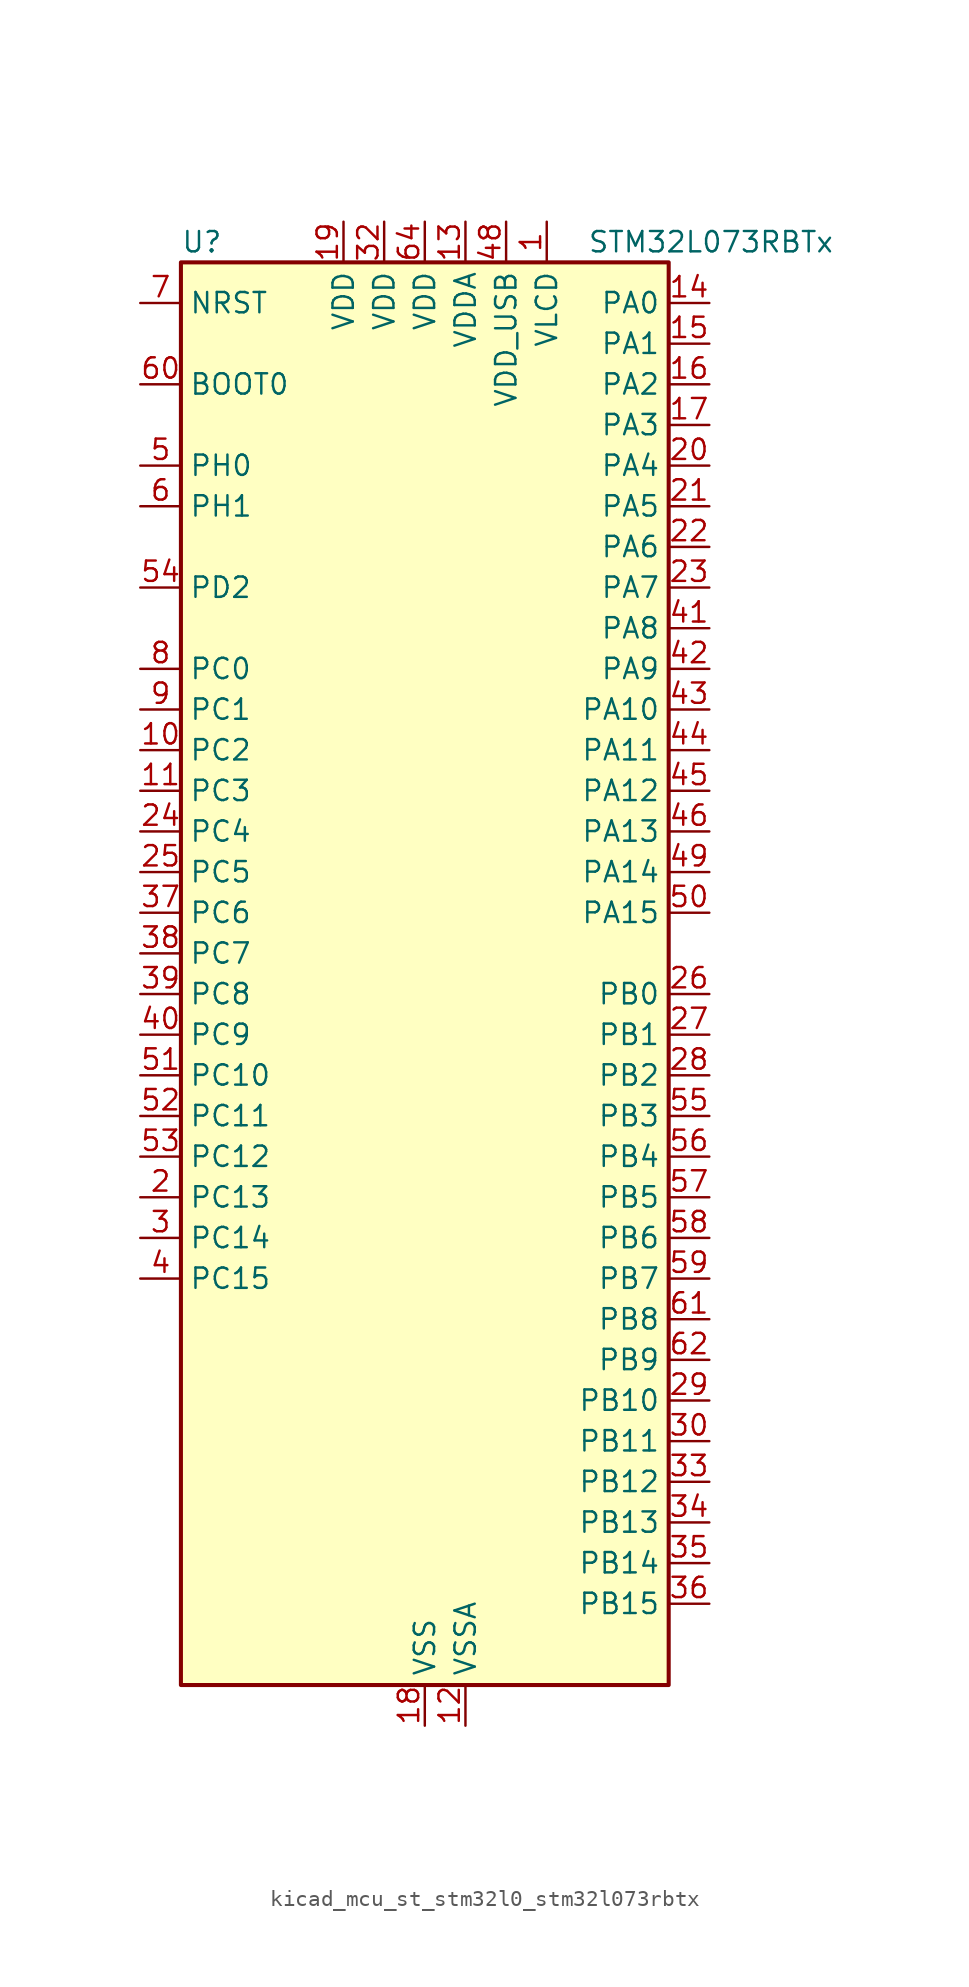
<source format=kicad_sym>
(kicad_symbol_lib
  (version 20220914)
  (generator kicad_symbol_editor)
  (symbol "kicad_mcu_st_stm32l0_stm32l073rbtx"
    (property "Reference" "U"
      (at -15.24 46.99 0)
      (effects (font (size 1.27 1.27)) (justify left)))
    (property "Value" "STM32L073RBTx"
      (at 10.16 46.99 0)
      (effects (font (size 1.27 1.27)) (justify left)))
    (property "ki_locked" ""
      (at 0 0 0)
      (effects (font (size 1.27 1.27))))
    (symbol "kicad_mcu_st_stm32l0_stm32l073rbtx_0_1"
      (rectangle (start -15.24 -43.18) (end 15.24 45.72) (stroke (width 0.254) (type default)) (fill (type background))))
    (symbol "kicad_mcu_st_stm32l0_stm32l073rbtx_1_1"
      (pin power_in line (at 7.62 48.26 270) (length 2.54) (name "VLCD" (effects (font (size 1.27 1.27)))) (number "1" (effects (font (size 1.27 1.27)))))
      (pin bidirectional line (at -17.78 15.24 0) (length 2.54) (name "PC2" (effects (font (size 1.27 1.27)))) (number "10" (effects (font (size 1.27 1.27)))) (alternate "ADC_IN12" bidirectional line) (alternate "I2S2_MCK" bidirectional line) (alternate "LCD_SEG20" bidirectional line) (alternate "LPTIM1_IN2" bidirectional line) (alternate "SPI2_MISO" bidirectional line) (alternate "TSC_G7_IO3" bidirectional line))
      (pin bidirectional line (at -17.78 12.7 0) (length 2.54) (name "PC3" (effects (font (size 1.27 1.27)))) (number "11" (effects (font (size 1.27 1.27)))) (alternate "ADC_IN13" bidirectional line) (alternate "I2S2_SD" bidirectional line) (alternate "LCD_SEG21" bidirectional line) (alternate "LPTIM1_ETR" bidirectional line) (alternate "SPI2_MOSI" bidirectional line) (alternate "TSC_G7_IO4" bidirectional line))
      (pin power_in line (at 2.54 -45.72 90) (length 2.54) (name "VSSA" (effects (font (size 1.27 1.27)))) (number "12" (effects (font (size 1.27 1.27)))))
      (pin power_in line (at 2.54 48.26 270) (length 2.54) (name "VDDA" (effects (font (size 1.27 1.27)))) (number "13" (effects (font (size 1.27 1.27)))))
      (pin bidirectional line (at 17.78 43.18 180) (length 2.54) (name "PA0" (effects (font (size 1.27 1.27)))) (number "14" (effects (font (size 1.27 1.27)))) (alternate "ADC_IN0" bidirectional line) (alternate "COMP1_INM" bidirectional line) (alternate "COMP1_OUT" bidirectional line) (alternate "RTC_TAMP2" bidirectional line) (alternate "SYS_WKUP1" bidirectional line) (alternate "TIM2_CH1" bidirectional line) (alternate "TIM2_ETR" bidirectional line) (alternate "TSC_G1_IO1" bidirectional line) (alternate "USART2_CTS" bidirectional line) (alternate "USART4_TX" bidirectional line))
      (pin bidirectional line (at 17.78 40.64 180) (length 2.54) (name "PA1" (effects (font (size 1.27 1.27)))) (number "15" (effects (font (size 1.27 1.27)))) (alternate "ADC_IN1" bidirectional line) (alternate "COMP1_INP" bidirectional line) (alternate "LCD_SEG0" bidirectional line) (alternate "TIM21_ETR" bidirectional line) (alternate "TIM2_CH2" bidirectional line) (alternate "TSC_G1_IO2" bidirectional line) (alternate "USART2_DE" bidirectional line) (alternate "USART2_RTS" bidirectional line) (alternate "USART4_RX" bidirectional line))
      (pin bidirectional line (at 17.78 38.1 180) (length 2.54) (name "PA2" (effects (font (size 1.27 1.27)))) (number "16" (effects (font (size 1.27 1.27)))) (alternate "ADC_IN2" bidirectional line) (alternate "COMP2_INM" bidirectional line) (alternate "COMP2_OUT" bidirectional line) (alternate "LCD_SEG1" bidirectional line) (alternate "LPUART1_TX" bidirectional line) (alternate "TIM21_CH1" bidirectional line) (alternate "TIM2_CH3" bidirectional line) (alternate "TSC_G1_IO3" bidirectional line) (alternate "USART2_TX" bidirectional line))
      (pin bidirectional line (at 17.78 35.56 180) (length 2.54) (name "PA3" (effects (font (size 1.27 1.27)))) (number "17" (effects (font (size 1.27 1.27)))) (alternate "ADC_IN3" bidirectional line) (alternate "COMP2_INP" bidirectional line) (alternate "LCD_SEG2" bidirectional line) (alternate "LPUART1_RX" bidirectional line) (alternate "TIM21_CH2" bidirectional line) (alternate "TIM2_CH4" bidirectional line) (alternate "TSC_G1_IO4" bidirectional line) (alternate "USART2_RX" bidirectional line))
      (pin power_in line (at 0 -45.72 90) (length 2.54) (name "VSS" (effects (font (size 1.27 1.27)))) (number "18" (effects (font (size 1.27 1.27)))))
      (pin power_in line (at -5.08 48.26 270) (length 2.54) (name "VDD" (effects (font (size 1.27 1.27)))) (number "19" (effects (font (size 1.27 1.27)))))
      (pin bidirectional line (at -17.78 -12.7 0) (length 2.54) (name "PC13" (effects (font (size 1.27 1.27)))) (number "2" (effects (font (size 1.27 1.27)))) (alternate "RTC_OUT_ALARM" bidirectional line) (alternate "RTC_OUT_CALIB" bidirectional line) (alternate "RTC_TAMP1" bidirectional line) (alternate "RTC_TS" bidirectional line) (alternate "SYS_WKUP2" bidirectional line))
      (pin bidirectional line (at 17.78 33.02 180) (length 2.54) (name "PA4" (effects (font (size 1.27 1.27)))) (number "20" (effects (font (size 1.27 1.27)))) (alternate "ADC_IN4" bidirectional line) (alternate "COMP1_INM" bidirectional line) (alternate "COMP2_INM" bidirectional line) (alternate "DAC_OUT1" bidirectional line) (alternate "SPI1_NSS" bidirectional line) (alternate "TIM22_ETR" bidirectional line) (alternate "TSC_G2_IO1" bidirectional line) (alternate "USART2_CK" bidirectional line))
      (pin bidirectional line (at 17.78 30.48 180) (length 2.54) (name "PA5" (effects (font (size 1.27 1.27)))) (number "21" (effects (font (size 1.27 1.27)))) (alternate "ADC_IN5" bidirectional line) (alternate "COMP1_INM" bidirectional line) (alternate "COMP2_INM" bidirectional line) (alternate "DAC_OUT2" bidirectional line) (alternate "SPI1_SCK" bidirectional line) (alternate "TIM2_CH1" bidirectional line) (alternate "TIM2_ETR" bidirectional line) (alternate "TSC_G2_IO2" bidirectional line))
      (pin bidirectional line (at 17.78 27.94 180) (length 2.54) (name "PA6" (effects (font (size 1.27 1.27)))) (number "22" (effects (font (size 1.27 1.27)))) (alternate "ADC_IN6" bidirectional line) (alternate "COMP1_OUT" bidirectional line) (alternate "LCD_SEG3" bidirectional line) (alternate "LPUART1_CTS" bidirectional line) (alternate "SPI1_MISO" bidirectional line) (alternate "TIM22_CH1" bidirectional line) (alternate "TIM3_CH1" bidirectional line) (alternate "TSC_G2_IO3" bidirectional line))
      (pin bidirectional line (at 17.78 25.4 180) (length 2.54) (name "PA7" (effects (font (size 1.27 1.27)))) (number "23" (effects (font (size 1.27 1.27)))) (alternate "ADC_IN7" bidirectional line) (alternate "COMP2_OUT" bidirectional line) (alternate "LCD_SEG4" bidirectional line) (alternate "SPI1_MOSI" bidirectional line) (alternate "TIM22_CH2" bidirectional line) (alternate "TIM3_CH2" bidirectional line) (alternate "TSC_G2_IO4" bidirectional line))
      (pin bidirectional line (at -17.78 10.16 0) (length 2.54) (name "PC4" (effects (font (size 1.27 1.27)))) (number "24" (effects (font (size 1.27 1.27)))) (alternate "ADC_IN14" bidirectional line) (alternate "LCD_SEG22" bidirectional line) (alternate "LPUART1_TX" bidirectional line))
      (pin bidirectional line (at -17.78 7.62 0) (length 2.54) (name "PC5" (effects (font (size 1.27 1.27)))) (number "25" (effects (font (size 1.27 1.27)))) (alternate "ADC_IN15" bidirectional line) (alternate "LCD_SEG23" bidirectional line) (alternate "LPUART1_RX" bidirectional line) (alternate "TSC_G3_IO1" bidirectional line))
      (pin bidirectional line (at 17.78 0 180) (length 2.54) (name "PB0" (effects (font (size 1.27 1.27)))) (number "26" (effects (font (size 1.27 1.27)))) (alternate "ADC_IN8" bidirectional line) (alternate "LCD_SEG5" bidirectional line) (alternate "LCD_VLCD3" bidirectional line) (alternate "SYS_VREF_OUT_PB0" bidirectional line) (alternate "TIM3_CH3" bidirectional line) (alternate "TSC_G3_IO2" bidirectional line))
      (pin bidirectional line (at 17.78 -2.54 180) (length 2.54) (name "PB1" (effects (font (size 1.27 1.27)))) (number "27" (effects (font (size 1.27 1.27)))) (alternate "ADC_IN9" bidirectional line) (alternate "LCD_SEG6" bidirectional line) (alternate "LPUART1_DE" bidirectional line) (alternate "LPUART1_RTS" bidirectional line) (alternate "SYS_VREF_OUT_PB1" bidirectional line) (alternate "TIM3_CH4" bidirectional line) (alternate "TSC_G3_IO3" bidirectional line))
      (pin bidirectional line (at 17.78 -5.08 180) (length 2.54) (name "PB2" (effects (font (size 1.27 1.27)))) (number "28" (effects (font (size 1.27 1.27)))) (alternate "I2C3_SMBA" bidirectional line) (alternate "LCD_VLCD2" bidirectional line) (alternate "LPTIM1_OUT" bidirectional line) (alternate "TSC_G3_IO4" bidirectional line))
      (pin bidirectional line (at 17.78 -25.4 180) (length 2.54) (name "PB10" (effects (font (size 1.27 1.27)))) (number "29" (effects (font (size 1.27 1.27)))) (alternate "I2C2_SCL" bidirectional line) (alternate "LCD_SEG10" bidirectional line) (alternate "LPUART1_RX" bidirectional line) (alternate "LPUART1_TX" bidirectional line) (alternate "SPI2_SCK" bidirectional line) (alternate "TIM2_CH3" bidirectional line) (alternate "TSC_SYNC" bidirectional line))
      (pin bidirectional line (at -17.78 -15.24 0) (length 2.54) (name "PC14" (effects (font (size 1.27 1.27)))) (number "3" (effects (font (size 1.27 1.27)))) (alternate "RCC_OSC32_IN" bidirectional line))
      (pin bidirectional line (at 17.78 -27.94 180) (length 2.54) (name "PB11" (effects (font (size 1.27 1.27)))) (number "30" (effects (font (size 1.27 1.27)))) (alternate "ADC_EXTI11" bidirectional line) (alternate "I2C2_SDA" bidirectional line) (alternate "LCD_SEG11" bidirectional line) (alternate "LPUART1_RX" bidirectional line) (alternate "LPUART1_TX" bidirectional line) (alternate "TIM2_CH4" bidirectional line) (alternate "TSC_G6_IO1" bidirectional line))
      (pin passive line (at 0 -45.72 90) (length 2.54) hide (name "VSS" (effects (font (size 1.27 1.27)))) (number "31" (effects (font (size 1.27 1.27)))))
      (pin power_in line (at -2.54 48.26 270) (length 2.54) (name "VDD" (effects (font (size 1.27 1.27)))) (number "32" (effects (font (size 1.27 1.27)))))
      (pin bidirectional line (at 17.78 -30.48 180) (length 2.54) (name "PB12" (effects (font (size 1.27 1.27)))) (number "33" (effects (font (size 1.27 1.27)))) (alternate "I2S2_WS" bidirectional line) (alternate "LCD_SEG12" bidirectional line) (alternate "LCD_VLCD2" bidirectional line) (alternate "LPUART1_DE" bidirectional line) (alternate "LPUART1_RTS" bidirectional line) (alternate "SPI2_NSS" bidirectional line) (alternate "TSC_G6_IO2" bidirectional line))
      (pin bidirectional line (at 17.78 -33.02 180) (length 2.54) (name "PB13" (effects (font (size 1.27 1.27)))) (number "34" (effects (font (size 1.27 1.27)))) (alternate "I2C2_SCL" bidirectional line) (alternate "I2S2_CK" bidirectional line) (alternate "LCD_SEG13" bidirectional line) (alternate "LPUART1_CTS" bidirectional line) (alternate "RCC_MCO" bidirectional line) (alternate "SPI2_SCK" bidirectional line) (alternate "TIM21_CH1" bidirectional line) (alternate "TSC_G6_IO3" bidirectional line))
      (pin bidirectional line (at 17.78 -35.56 180) (length 2.54) (name "PB14" (effects (font (size 1.27 1.27)))) (number "35" (effects (font (size 1.27 1.27)))) (alternate "I2C2_SDA" bidirectional line) (alternate "I2S2_MCK" bidirectional line) (alternate "LCD_SEG14" bidirectional line) (alternate "LPUART1_DE" bidirectional line) (alternate "LPUART1_RTS" bidirectional line) (alternate "RTC_OUT_ALARM" bidirectional line) (alternate "RTC_OUT_CALIB" bidirectional line) (alternate "SPI2_MISO" bidirectional line) (alternate "TIM21_CH2" bidirectional line) (alternate "TSC_G6_IO4" bidirectional line))
      (pin bidirectional line (at 17.78 -38.1 180) (length 2.54) (name "PB15" (effects (font (size 1.27 1.27)))) (number "36" (effects (font (size 1.27 1.27)))) (alternate "I2S2_SD" bidirectional line) (alternate "LCD_SEG15" bidirectional line) (alternate "RTC_REFIN" bidirectional line) (alternate "SPI2_MOSI" bidirectional line))
      (pin bidirectional line (at -17.78 5.08 0) (length 2.54) (name "PC6" (effects (font (size 1.27 1.27)))) (number "37" (effects (font (size 1.27 1.27)))) (alternate "LCD_SEG24" bidirectional line) (alternate "TIM22_CH1" bidirectional line) (alternate "TIM3_CH1" bidirectional line) (alternate "TSC_G8_IO1" bidirectional line))
      (pin bidirectional line (at -17.78 2.54 0) (length 2.54) (name "PC7" (effects (font (size 1.27 1.27)))) (number "38" (effects (font (size 1.27 1.27)))) (alternate "LCD_SEG25" bidirectional line) (alternate "TIM22_CH2" bidirectional line) (alternate "TIM3_CH2" bidirectional line) (alternate "TSC_G8_IO2" bidirectional line))
      (pin bidirectional line (at -17.78 0 0) (length 2.54) (name "PC8" (effects (font (size 1.27 1.27)))) (number "39" (effects (font (size 1.27 1.27)))) (alternate "LCD_SEG26" bidirectional line) (alternate "TIM22_ETR" bidirectional line) (alternate "TIM3_CH3" bidirectional line) (alternate "TSC_G8_IO3" bidirectional line))
      (pin bidirectional line (at -17.78 -17.78 0) (length 2.54) (name "PC15" (effects (font (size 1.27 1.27)))) (number "4" (effects (font (size 1.27 1.27)))) (alternate "RCC_OSC32_OUT" bidirectional line))
      (pin bidirectional line (at -17.78 -2.54 0) (length 2.54) (name "PC9" (effects (font (size 1.27 1.27)))) (number "40" (effects (font (size 1.27 1.27)))) (alternate "DAC_EXTI9" bidirectional line) (alternate "I2C3_SDA" bidirectional line) (alternate "LCD_SEG27" bidirectional line) (alternate "TIM21_ETR" bidirectional line) (alternate "TIM3_CH4" bidirectional line) (alternate "TSC_G8_IO4" bidirectional line) (alternate "USB_NOE" bidirectional line))
      (pin bidirectional line (at 17.78 22.86 180) (length 2.54) (name "PA8" (effects (font (size 1.27 1.27)))) (number "41" (effects (font (size 1.27 1.27)))) (alternate "CRS_SYNC" bidirectional line) (alternate "I2C3_SCL" bidirectional line) (alternate "LCD_COM0" bidirectional line) (alternate "RCC_MCO" bidirectional line) (alternate "USART1_CK" bidirectional line))
      (pin bidirectional line (at 17.78 20.32 180) (length 2.54) (name "PA9" (effects (font (size 1.27 1.27)))) (number "42" (effects (font (size 1.27 1.27)))) (alternate "DAC_EXTI9" bidirectional line) (alternate "I2C1_SCL" bidirectional line) (alternate "I2C3_SMBA" bidirectional line) (alternate "LCD_COM1" bidirectional line) (alternate "RCC_MCO" bidirectional line) (alternate "TSC_G4_IO1" bidirectional line) (alternate "USART1_TX" bidirectional line))
      (pin bidirectional line (at 17.78 17.78 180) (length 2.54) (name "PA10" (effects (font (size 1.27 1.27)))) (number "43" (effects (font (size 1.27 1.27)))) (alternate "I2C1_SDA" bidirectional line) (alternate "LCD_COM2" bidirectional line) (alternate "TSC_G4_IO2" bidirectional line) (alternate "USART1_RX" bidirectional line))
      (pin bidirectional line (at 17.78 15.24 180) (length 2.54) (name "PA11" (effects (font (size 1.27 1.27)))) (number "44" (effects (font (size 1.27 1.27)))) (alternate "ADC_EXTI11" bidirectional line) (alternate "COMP1_OUT" bidirectional line) (alternate "SPI1_MISO" bidirectional line) (alternate "TSC_G4_IO3" bidirectional line) (alternate "USART1_CTS" bidirectional line) (alternate "USB_DM" bidirectional line))
      (pin bidirectional line (at 17.78 12.7 180) (length 2.54) (name "PA12" (effects (font (size 1.27 1.27)))) (number "45" (effects (font (size 1.27 1.27)))) (alternate "COMP2_OUT" bidirectional line) (alternate "SPI1_MOSI" bidirectional line) (alternate "TSC_G4_IO4" bidirectional line) (alternate "USART1_DE" bidirectional line) (alternate "USART1_RTS" bidirectional line) (alternate "USB_DP" bidirectional line))
      (pin bidirectional line (at 17.78 10.16 180) (length 2.54) (name "PA13" (effects (font (size 1.27 1.27)))) (number "46" (effects (font (size 1.27 1.27)))) (alternate "LPUART1_RX" bidirectional line) (alternate "SYS_SWDIO" bidirectional line) (alternate "USB_NOE" bidirectional line))
      (pin passive line (at 0 -45.72 90) (length 2.54) hide (name "VSS" (effects (font (size 1.27 1.27)))) (number "47" (effects (font (size 1.27 1.27)))))
      (pin power_in line (at 5.08 48.26 270) (length 2.54) (name "VDD_USB" (effects (font (size 1.27 1.27)))) (number "48" (effects (font (size 1.27 1.27)))))
      (pin bidirectional line (at 17.78 7.62 180) (length 2.54) (name "PA14" (effects (font (size 1.27 1.27)))) (number "49" (effects (font (size 1.27 1.27)))) (alternate "LPUART1_TX" bidirectional line) (alternate "SYS_SWCLK" bidirectional line) (alternate "USART2_TX" bidirectional line))
      (pin bidirectional line (at -17.78 33.02 0) (length 2.54) (name "PH0" (effects (font (size 1.27 1.27)))) (number "5" (effects (font (size 1.27 1.27)))) (alternate "CRS_SYNC" bidirectional line) (alternate "RCC_OSC_IN" bidirectional line))
      (pin bidirectional line (at 17.78 5.08 180) (length 2.54) (name "PA15" (effects (font (size 1.27 1.27)))) (number "50" (effects (font (size 1.27 1.27)))) (alternate "LCD_SEG17" bidirectional line) (alternate "SPI1_NSS" bidirectional line) (alternate "TIM2_CH1" bidirectional line) (alternate "TIM2_ETR" bidirectional line) (alternate "USART2_RX" bidirectional line) (alternate "USART4_DE" bidirectional line) (alternate "USART4_RTS" bidirectional line))
      (pin bidirectional line (at -17.78 -5.08 0) (length 2.54) (name "PC10" (effects (font (size 1.27 1.27)))) (number "51" (effects (font (size 1.27 1.27)))) (alternate "LCD_COM4" bidirectional line) (alternate "LCD_SEG28" bidirectional line) (alternate "LPUART1_TX" bidirectional line) (alternate "USART4_TX" bidirectional line))
      (pin bidirectional line (at -17.78 -7.62 0) (length 2.54) (name "PC11" (effects (font (size 1.27 1.27)))) (number "52" (effects (font (size 1.27 1.27)))) (alternate "ADC_EXTI11" bidirectional line) (alternate "LCD_COM5" bidirectional line) (alternate "LCD_SEG29" bidirectional line) (alternate "LPUART1_RX" bidirectional line) (alternate "USART4_RX" bidirectional line))
      (pin bidirectional line (at -17.78 -10.16 0) (length 2.54) (name "PC12" (effects (font (size 1.27 1.27)))) (number "53" (effects (font (size 1.27 1.27)))) (alternate "LCD_COM6" bidirectional line) (alternate "LCD_SEG30" bidirectional line) (alternate "USART4_CK" bidirectional line) (alternate "USART5_TX" bidirectional line))
      (pin bidirectional line (at -17.78 25.4 0) (length 2.54) (name "PD2" (effects (font (size 1.27 1.27)))) (number "54" (effects (font (size 1.27 1.27)))) (alternate "LCD_COM7" bidirectional line) (alternate "LCD_SEG31" bidirectional line) (alternate "LPUART1_DE" bidirectional line) (alternate "LPUART1_RTS" bidirectional line) (alternate "TIM3_ETR" bidirectional line) (alternate "USART5_RX" bidirectional line))
      (pin bidirectional line (at 17.78 -7.62 180) (length 2.54) (name "PB3" (effects (font (size 1.27 1.27)))) (number "55" (effects (font (size 1.27 1.27)))) (alternate "COMP2_INM" bidirectional line) (alternate "LCD_SEG7" bidirectional line) (alternate "SPI1_SCK" bidirectional line) (alternate "TIM2_CH2" bidirectional line) (alternate "TSC_G5_IO1" bidirectional line) (alternate "USART1_DE" bidirectional line) (alternate "USART1_RTS" bidirectional line) (alternate "USART5_TX" bidirectional line))
      (pin bidirectional line (at 17.78 -10.16 180) (length 2.54) (name "PB4" (effects (font (size 1.27 1.27)))) (number "56" (effects (font (size 1.27 1.27)))) (alternate "COMP2_INP" bidirectional line) (alternate "I2C3_SDA" bidirectional line) (alternate "LCD_SEG8" bidirectional line) (alternate "SPI1_MISO" bidirectional line) (alternate "TIM22_CH1" bidirectional line) (alternate "TIM3_CH1" bidirectional line) (alternate "TSC_G5_IO2" bidirectional line) (alternate "USART1_CTS" bidirectional line) (alternate "USART5_RX" bidirectional line))
      (pin bidirectional line (at 17.78 -12.7 180) (length 2.54) (name "PB5" (effects (font (size 1.27 1.27)))) (number "57" (effects (font (size 1.27 1.27)))) (alternate "COMP2_INP" bidirectional line) (alternate "I2C1_SMBA" bidirectional line) (alternate "LCD_SEG9" bidirectional line) (alternate "LPTIM1_IN1" bidirectional line) (alternate "SPI1_MOSI" bidirectional line) (alternate "TIM22_CH2" bidirectional line) (alternate "TIM3_CH2" bidirectional line) (alternate "USART1_CK" bidirectional line) (alternate "USART5_CK" bidirectional line) (alternate "USART5_DE" bidirectional line) (alternate "USART5_RTS" bidirectional line))
      (pin bidirectional line (at 17.78 -15.24 180) (length 2.54) (name "PB6" (effects (font (size 1.27 1.27)))) (number "58" (effects (font (size 1.27 1.27)))) (alternate "COMP2_INP" bidirectional line) (alternate "I2C1_SCL" bidirectional line) (alternate "LPTIM1_ETR" bidirectional line) (alternate "TSC_G5_IO3" bidirectional line) (alternate "USART1_TX" bidirectional line))
      (pin bidirectional line (at 17.78 -17.78 180) (length 2.54) (name "PB7" (effects (font (size 1.27 1.27)))) (number "59" (effects (font (size 1.27 1.27)))) (alternate "COMP2_INP" bidirectional line) (alternate "I2C1_SDA" bidirectional line) (alternate "LPTIM1_IN2" bidirectional line) (alternate "SYS_PVD_IN" bidirectional line) (alternate "TSC_G5_IO4" bidirectional line) (alternate "USART1_RX" bidirectional line) (alternate "USART4_CTS" bidirectional line))
      (pin bidirectional line (at -17.78 30.48 0) (length 2.54) (name "PH1" (effects (font (size 1.27 1.27)))) (number "6" (effects (font (size 1.27 1.27)))) (alternate "RCC_OSC_OUT" bidirectional line))
      (pin input line (at -17.78 38.1 0) (length 2.54) (name "BOOT0" (effects (font (size 1.27 1.27)))) (number "60" (effects (font (size 1.27 1.27)))))
      (pin bidirectional line (at 17.78 -20.32 180) (length 2.54) (name "PB8" (effects (font (size 1.27 1.27)))) (number "61" (effects (font (size 1.27 1.27)))) (alternate "I2C1_SCL" bidirectional line) (alternate "LCD_SEG16" bidirectional line) (alternate "TSC_SYNC" bidirectional line))
      (pin bidirectional line (at 17.78 -22.86 180) (length 2.54) (name "PB9" (effects (font (size 1.27 1.27)))) (number "62" (effects (font (size 1.27 1.27)))) (alternate "DAC_EXTI9" bidirectional line) (alternate "I2C1_SDA" bidirectional line) (alternate "I2S2_WS" bidirectional line) (alternate "LCD_COM3" bidirectional line) (alternate "SPI2_NSS" bidirectional line))
      (pin passive line (at 0 -45.72 90) (length 2.54) hide (name "VSS" (effects (font (size 1.27 1.27)))) (number "63" (effects (font (size 1.27 1.27)))))
      (pin power_in line (at 0 48.26 270) (length 2.54) (name "VDD" (effects (font (size 1.27 1.27)))) (number "64" (effects (font (size 1.27 1.27)))))
      (pin input line (at -17.78 43.18 0) (length 2.54) (name "NRST" (effects (font (size 1.27 1.27)))) (number "7" (effects (font (size 1.27 1.27)))))
      (pin bidirectional line (at -17.78 20.32 0) (length 2.54) (name "PC0" (effects (font (size 1.27 1.27)))) (number "8" (effects (font (size 1.27 1.27)))) (alternate "ADC_IN10" bidirectional line) (alternate "I2C3_SCL" bidirectional line) (alternate "LCD_SEG18" bidirectional line) (alternate "LPTIM1_IN1" bidirectional line) (alternate "LPUART1_RX" bidirectional line) (alternate "TSC_G7_IO1" bidirectional line))
      (pin bidirectional line (at -17.78 17.78 0) (length 2.54) (name "PC1" (effects (font (size 1.27 1.27)))) (number "9" (effects (font (size 1.27 1.27)))) (alternate "ADC_IN11" bidirectional line) (alternate "I2C3_SDA" bidirectional line) (alternate "LCD_SEG19" bidirectional line) (alternate "LPTIM1_OUT" bidirectional line) (alternate "LPUART1_TX" bidirectional line) (alternate "TSC_G7_IO2" bidirectional line)))))
</source>
